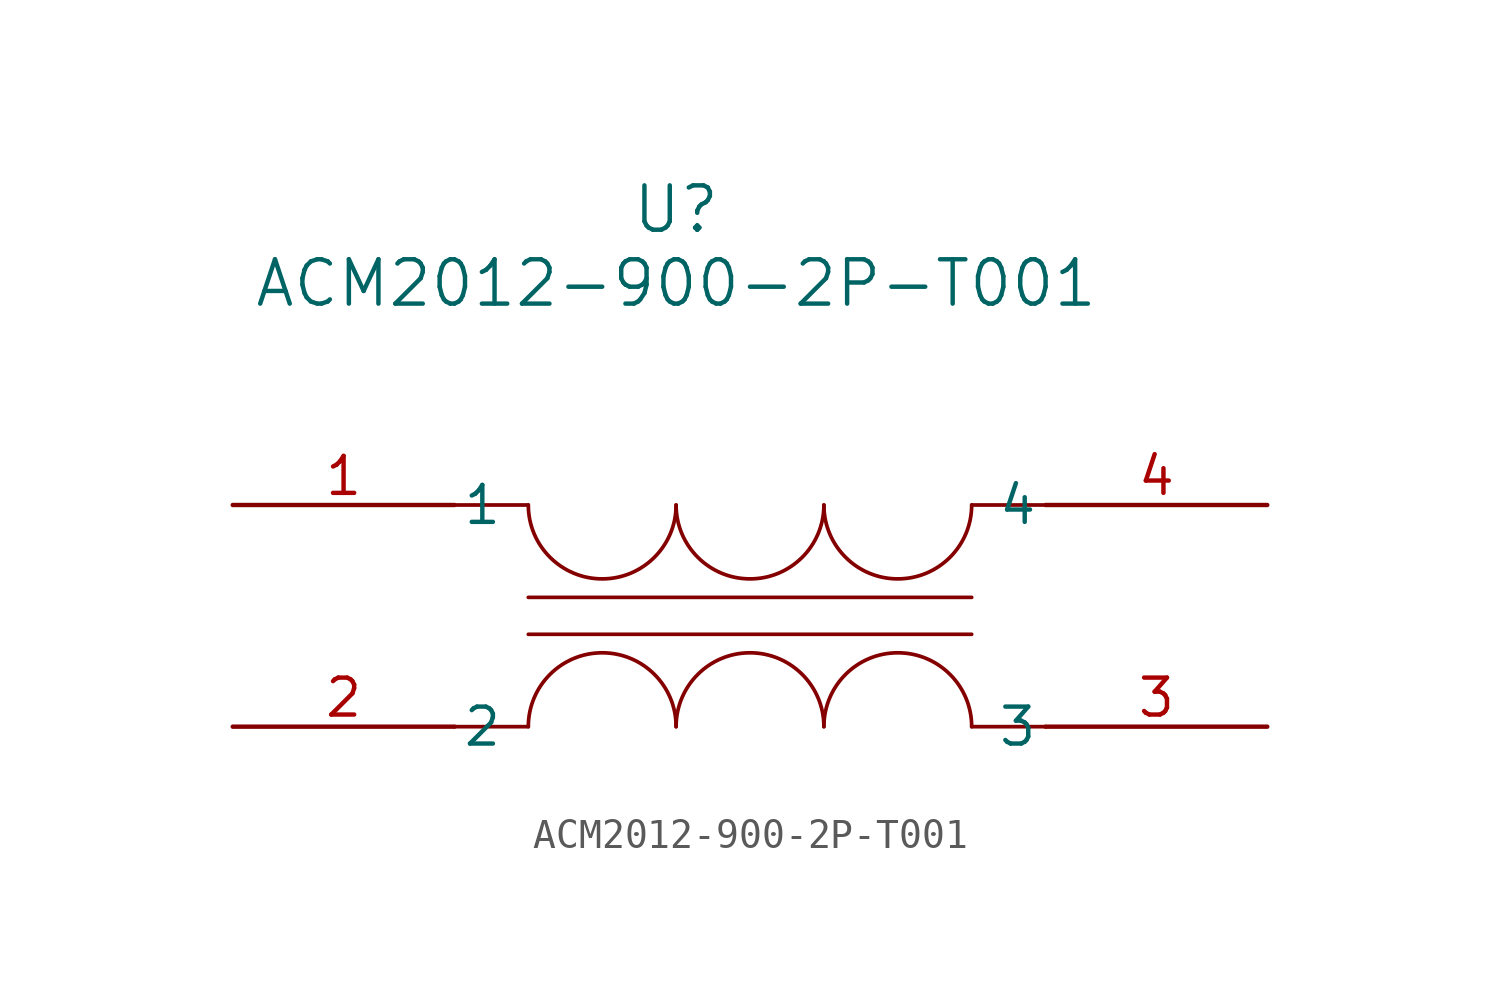
<source format=kicad_sym>
(kicad_symbol_lib
  (version 20211014)
  (generator kicad_symbol_editor)
  (symbol "ACM2012-900-2P-T001"
    (pin_names
      (offset 0.254))
    (property "Reference" "U"
      (at 20.32 10.16 0)
      (effects (font (size 1.524 1.524))))
    (property "Value" "ACM2012-900-2P-T001"
      (at 20.32 7.62 0)
      (effects (font (size 1.524 1.524))))
    (symbol "ACM2012-900-2P-T001_0_1"
      (polyline (pts (xy 12.7 0) (xy 15.24 0)) (stroke (width 0.127) (type default) (color 0 0 0 0)) (fill (type none)))
      (polyline (pts (xy 33.02 0) (xy 30.48 0)) (stroke (width 0.127) (type default) (color 0 0 0 0)) (fill (type none)))
      (polyline (pts (xy 12.7 -7.62) (xy 15.24 -7.62)) (stroke (width 0.127) (type default) (color 0 0 0 0)) (fill (type none)))
      (polyline (pts (xy 33.02 -7.62) (xy 30.48 -7.62)) (stroke (width 0.127) (type default) (color 0 0 0 0)) (fill (type none)))
      (arc (start 15.24 0) (mid 17.78 -2.54) (end 20.32 0) (stroke (width 0.127) (type default) (color 0 0 0 0)) (fill (type none)))
      (arc (start 20.32 0) (mid 22.86 -2.54) (end 25.4 0) (stroke (width 0.127) (type default) (color 0 0 0 0)) (fill (type none)))
      (arc (start 25.4 0) (mid 27.94 -2.54) (end 30.48 0) (stroke (width 0.127) (type default) (color 0 0 0 0)) (fill (type none)))
      (arc (start 30.48 -7.62) (mid 27.94 -5.08) (end 25.4 -7.62) (stroke (width 0.127) (type default) (color 0 0 0 0)) (fill (type none)))
      (arc (start 25.4 -7.62) (mid 22.86 -5.08) (end 20.32 -7.62) (stroke (width 0.127) (type default) (color 0 0 0 0)) (fill (type none)))
      (arc (start 20.32 -7.62) (mid 17.78 -5.08) (end 15.24 -7.62) (stroke (width 0.127) (type default) (color 0 0 0 0)) (fill (type none)))
      (polyline (pts (xy 15.24 -3.175) (xy 30.48 -3.175)) (stroke (width 0.127) (type default) (color 0 0 0 0)) (fill (type none)))
      (polyline (pts (xy 30.48 -4.445) (xy 15.24 -4.445)) (stroke (width 0.127) (type default) (color 0 0 0 0)) (fill (type none)))
      (pin unspecified line (at 5.08 0 0) (length 7.62) (name "1" (effects (font (size 1.27 1.27)))) (number "1" (effects (font (size 1.27 1.27)))))
      (pin unspecified line (at 5.08 -7.62 0) (length 7.62) (name "2" (effects (font (size 1.27 1.27)))) (number "2" (effects (font (size 1.27 1.27)))))
      (pin unspecified line (at 40.64 -7.62 180) (length 7.62) (name "3" (effects (font (size 1.27 1.27)))) (number "3" (effects (font (size 1.27 1.27)))))
      (pin unspecified line (at 40.64 0 180) (length 7.62) (name "4" (effects (font (size 1.27 1.27)))) (number "4" (effects (font (size 1.27 1.27))))))))
</source>
